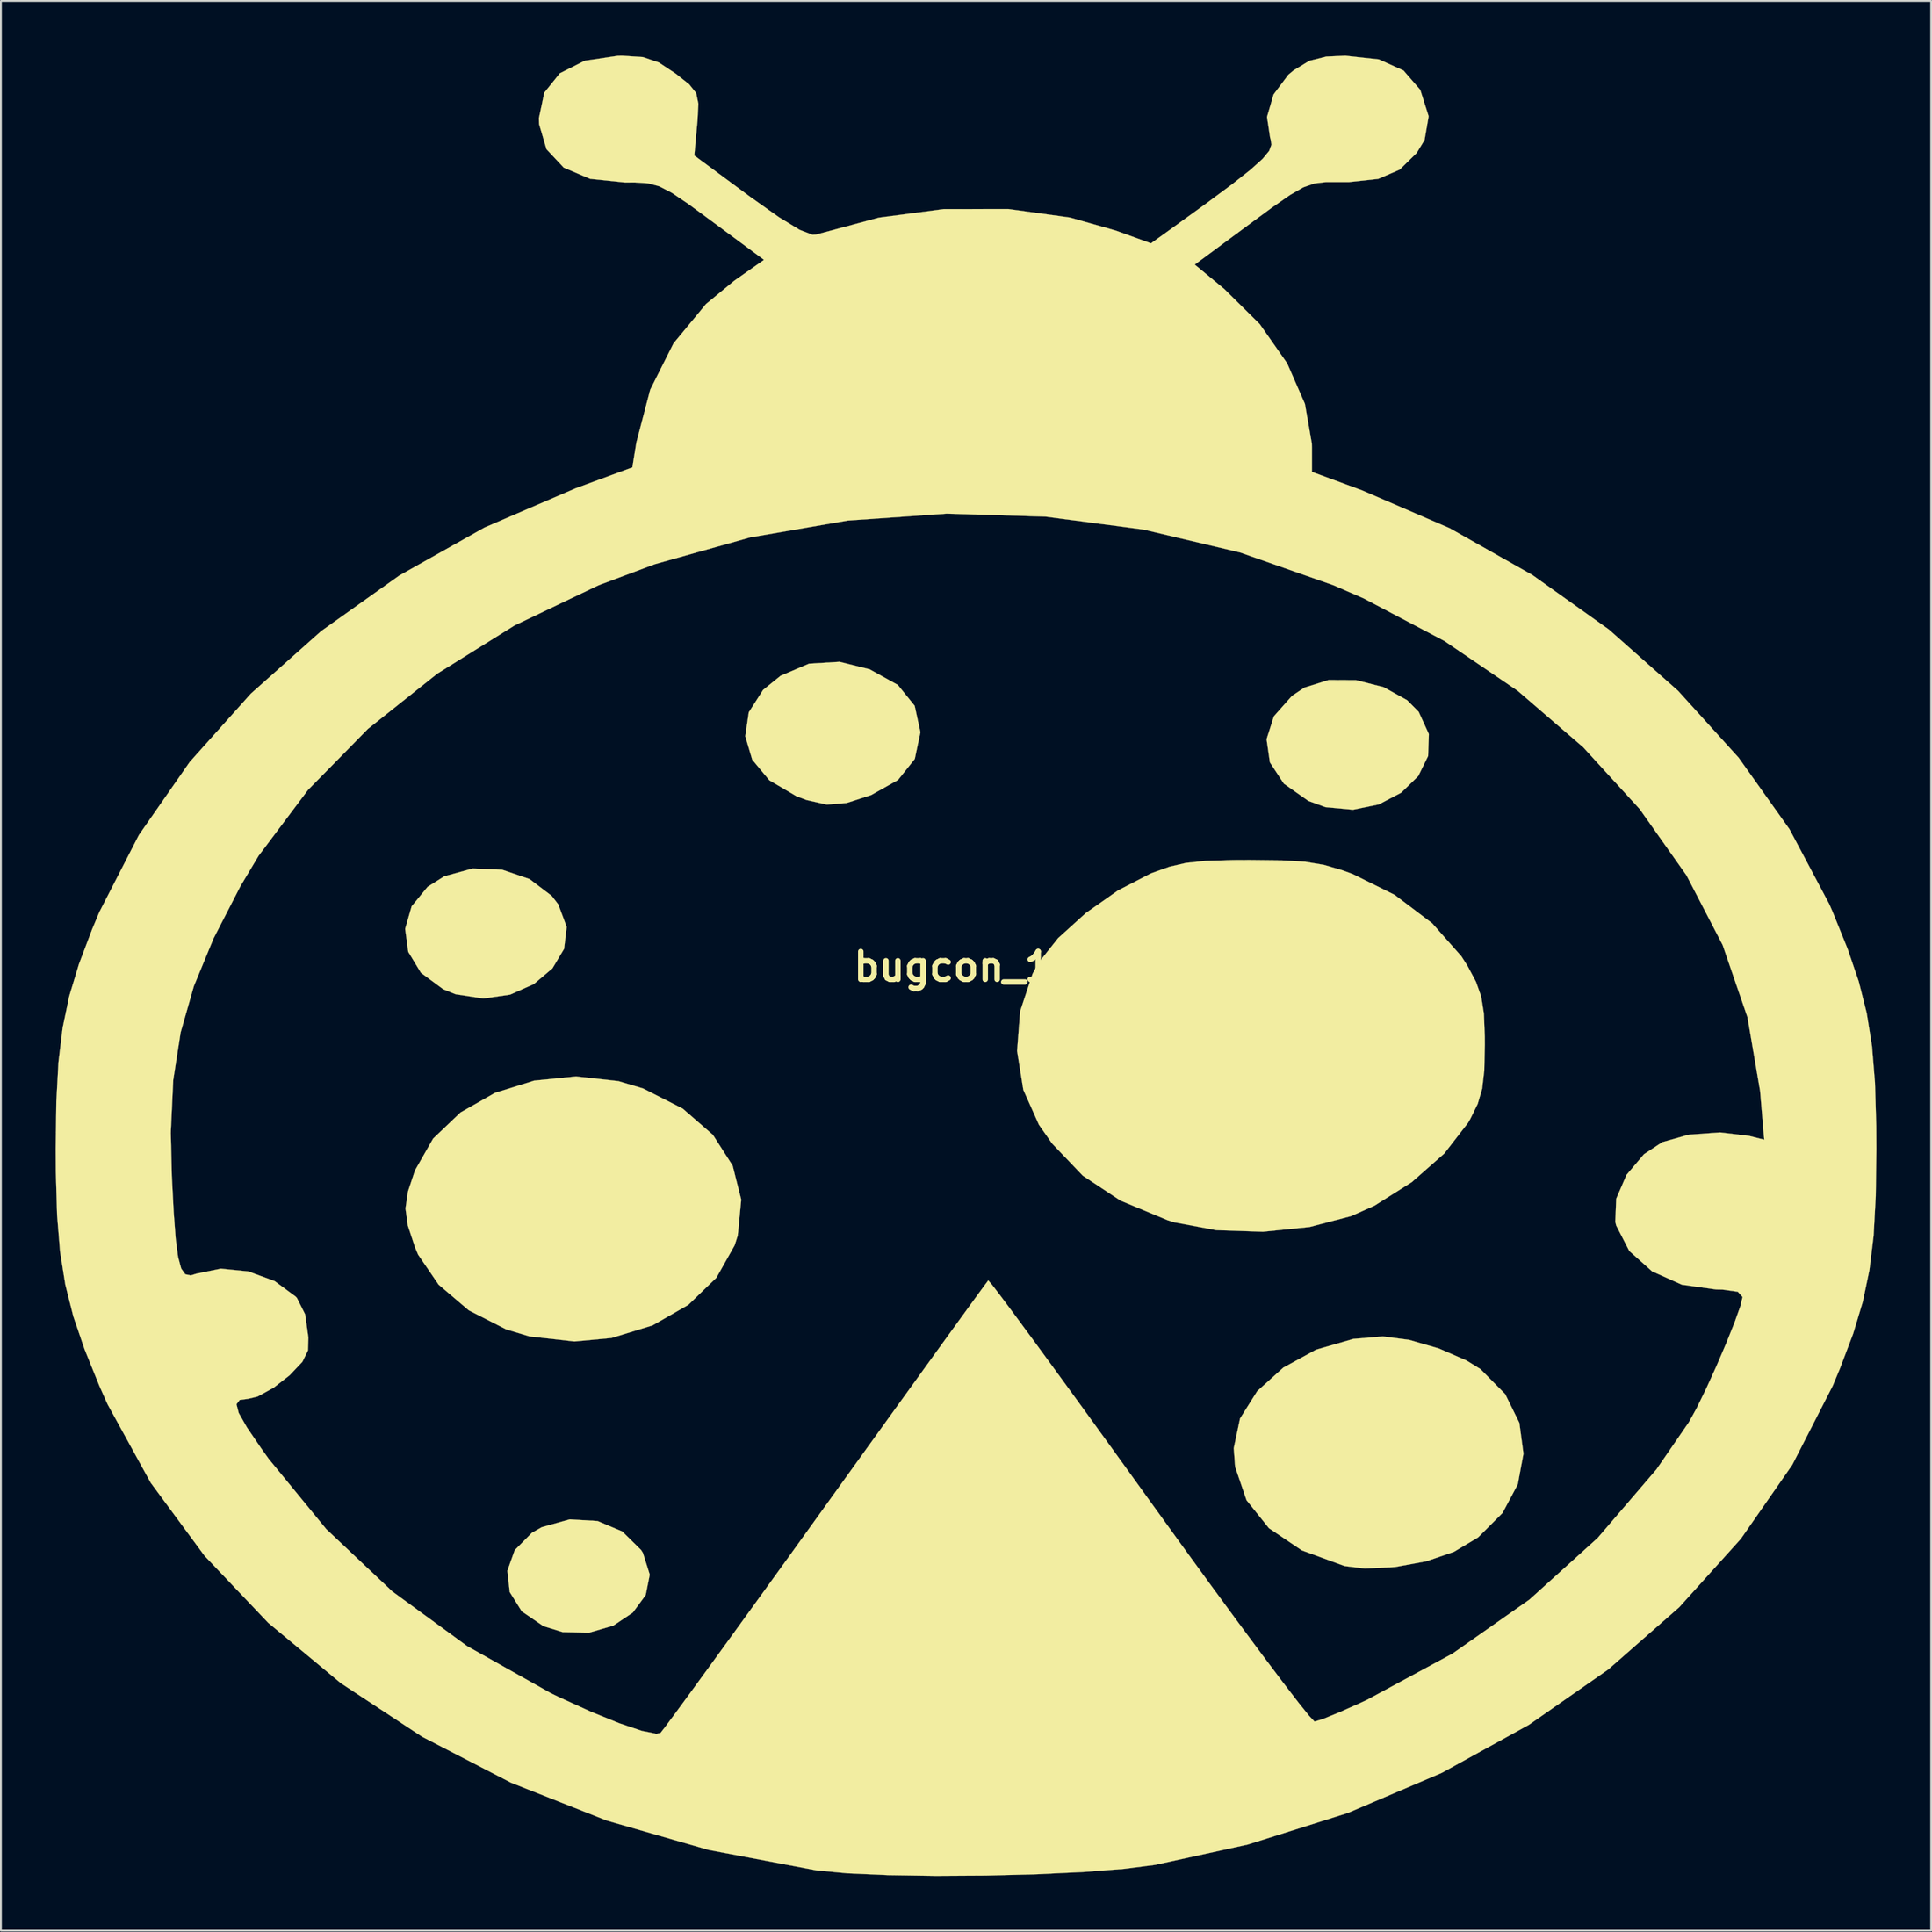
<source format=kicad_pcb>
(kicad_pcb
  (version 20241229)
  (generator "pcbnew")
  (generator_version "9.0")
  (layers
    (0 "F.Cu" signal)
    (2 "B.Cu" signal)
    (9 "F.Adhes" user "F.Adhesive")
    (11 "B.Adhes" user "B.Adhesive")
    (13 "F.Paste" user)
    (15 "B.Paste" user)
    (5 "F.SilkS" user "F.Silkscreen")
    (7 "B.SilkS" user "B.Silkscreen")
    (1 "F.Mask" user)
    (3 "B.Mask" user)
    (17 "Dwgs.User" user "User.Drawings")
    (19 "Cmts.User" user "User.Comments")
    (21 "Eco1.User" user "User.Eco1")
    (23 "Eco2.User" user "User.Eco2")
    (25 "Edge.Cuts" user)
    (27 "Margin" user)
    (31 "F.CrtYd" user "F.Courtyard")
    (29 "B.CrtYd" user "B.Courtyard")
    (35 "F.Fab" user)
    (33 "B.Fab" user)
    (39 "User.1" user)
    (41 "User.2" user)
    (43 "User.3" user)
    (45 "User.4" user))
  (footprint "bugcon_10"
    (layer "F.Cu")
    (at 49.911 49.949)
    (property "Reference" "bugcon_10" (at 0 0 0) (layer "F.SilkS") (effects (font (size 1.524 1.524) (thickness 0.3))))
    (attr through_hole)
    (fp_poly (pts (xy -20.201 30.389) (xy -18.847 30.962) (xy -17.815 31.977) (xy -17.715 32.135) (xy -17.34 33.327) (xy -17.563 34.446) (xy -18.269 35.407) (xy -19.34 36.122) (xy -20.661 36.507) (xy -22.114 36.476) (xy -23.167 36.152) (xy -24.355 35.339) (xy -25.016 34.28) (xy -25.145 33.116) (xy -24.742 31.988) (xy -23.803 31.036) (xy -23.26 30.728) (xy -21.723 30.298) (xy -20.201 30.389)) (stroke (width 0.01) (type solid)) (fill yes) (layer "F.SilkS"))
    (fp_poly (pts (xy -25.432 -5.319) (xy -23.927 -4.804) (xy -22.713 -3.882) (xy -22.354 -3.416) (xy -21.893 -2.177) (xy -22.036 -0.983) (xy -22.674 0.087) (xy -23.698 0.952) (xy -24.998 1.531) (xy -26.464 1.742) (xy -27.988 1.507) (xy -28.665 1.232) (xy -29.885 0.329) (xy -30.579 -0.82) (xy -30.748 -2.078) (xy -30.393 -3.311) (xy -29.517 -4.381) (xy -28.605 -4.956) (xy -27.05 -5.384) (xy -25.432 -5.319)) (stroke (width 0.01) (type solid)) (fill yes) (layer "F.SilkS"))
    (fp_poly (pts (xy 21.388 -15.709) (xy 22.897 -15.325) (xy 24.185 -14.609) (xy 24.815 -13.973) (xy 25.373 -12.752) (xy 25.331 -11.551) (xy 24.791 -10.454) (xy 23.857 -9.543) (xy 22.63 -8.9) (xy 21.212 -8.608) (xy 19.706 -8.749) (xy 18.766 -9.093) (xy 17.425 -10.037) (xy 16.66 -11.203) (xy 16.477 -12.473) (xy 16.878 -13.728) (xy 17.87 -14.848) (xy 18.554 -15.302) (xy 19.871 -15.716) (xy 21.388 -15.709)) (stroke (width 0.01) (type solid)) (fill yes) (layer "F.SilkS"))
    (fp_poly (pts (xy -5.281 -16.303) (xy -3.74 -15.448) (xy -2.817 -14.306) (xy -2.504 -12.869) (xy -2.504 -12.843) (xy -2.811 -11.392) (xy -3.729 -10.24) (xy -5.203 -9.412) (xy -6.549 -8.977) (xy -7.631 -8.889) (xy -8.75 -9.143) (xy -9.294 -9.347) (xy -10.78 -10.22) (xy -11.721 -11.355) (xy -12.103 -12.637) (xy -11.91 -13.948) (xy -11.126 -15.173) (xy -10.167 -15.949) (xy -8.604 -16.615) (xy -6.933 -16.716) (xy -5.281 -16.303)) (stroke (width 0.01) (type solid)) (fill yes) (layer "F.SilkS"))
    (fp_poly (pts (xy 24.291 20.456) (xy 25.928 20.932) (xy 27.444 21.592) (xy 28.207 22.064) (xy 29.556 23.428) (xy 30.335 25.009) (xy 30.56 26.696) (xy 30.247 28.378) (xy 29.412 29.944) (xy 28.073 31.285) (xy 26.75 32.074) (xy 25.245 32.591) (xy 23.518 32.91) (xy 21.861 32.992) (xy 20.747 32.853) (xy 18.406 31.993) (xy 16.606 30.779) (xy 15.378 29.244) (xy 14.754 27.419) (xy 14.677 26.399) (xy 15.023 24.767) (xy 15.967 23.265) (xy 17.394 21.979) (xy 19.188 20.997) (xy 21.233 20.405) (xy 22.851 20.269) (xy 24.291 20.456)) (stroke (width 0.01) (type solid)) (fill yes) (layer "F.SilkS"))
    (fp_poly (pts (xy -19.056 6.272) (xy -17.708 6.675) (xy -15.533 7.78) (xy -13.88 9.215) (xy -12.797 10.903) (xy -12.326 12.767) (xy -12.514 14.729) (xy -12.685 15.27) (xy -13.686 17.048) (xy -15.226 18.536) (xy -17.184 19.661) (xy -19.439 20.352) (xy -21.465 20.543) (xy -23.937 20.264) (xy -25.221 19.877) (xy -27.261 18.836) (xy -28.915 17.427) (xy -30.039 15.781) (xy -30.209 15.376) (xy -30.603 14.183) (xy -30.73 13.252) (xy -30.591 12.315) (xy -30.209 11.165) (xy -29.214 9.421) (xy -27.714 7.991) (xy -25.828 6.918) (xy -23.676 6.245) (xy -21.379 6.015) (xy -19.056 6.272)) (stroke (width 0.01) (type solid)) (fill yes) (layer "F.SilkS"))
    (fp_poly (pts (xy 17.323 -5.831) (xy 18.598 -5.753) (xy 19.616 -5.584) (xy 20.606 -5.295) (xy 21.177 -5.089) (xy 23.497 -3.939) (xy 25.557 -2.38) (xy 27.157 -0.57) (xy 27.486 -0.056) (xy 27.956 0.825) (xy 28.243 1.636) (xy 28.39 2.57) (xy 28.439 3.823) (xy 28.441 4.281) (xy 28.412 5.672) (xy 28.296 6.686) (xy 28.053 7.514) (xy 27.641 8.349) (xy 27.517 8.562) (xy 26.22 10.238) (xy 24.438 11.808) (xy 22.394 13.097) (xy 21.108 13.671) (xy 18.83 14.269) (xy 16.279 14.528) (xy 13.718 14.443) (xy 11.409 14.009) (xy 11.062 13.9) (xy 8.465 12.819) (xy 6.401 11.454) (xy 4.722 9.697) (xy 3.997 8.661) (xy 3.143 6.752) (xy 2.8 4.62) (xy 2.968 2.44) (xy 3.649 0.387) (xy 3.976 -0.216) (xy 5.048 -1.567) (xy 6.572 -2.946) (xy 8.331 -4.181) (xy 10.107 -5.101) (xy 10.196 -5.137) (xy 11.146 -5.478) (xy 12.062 -5.691) (xy 13.158 -5.804) (xy 14.652 -5.847) (xy 15.562 -5.851) (xy 17.323 -5.831)) (stroke (width 0.01) (type solid)) (fill yes) (layer "F.SilkS"))
    (fp_poly (pts (xy 22.633 -49.743) (xy 23.983 -49.132) (xy 24.883 -48.095) (xy 24.912 -48.04) (xy 25.362 -46.622) (xy 25.136 -45.325) (xy 24.702 -44.611) (xy 23.772 -43.7) (xy 22.595 -43.192) (xy 20.997 -43.018) (xy 20.528 -43.018) (xy 19.73 -43.018) (xy 19.098 -42.943) (xy 18.489 -42.729) (xy 17.762 -42.31) (xy 16.774 -41.622) (xy 15.617 -40.771) (xy 12.538 -38.494) (xy 14.156 -37.155) (xy 16.104 -35.227) (xy 17.603 -33.084) (xy 18.578 -30.857) (xy 18.958 -28.678) (xy 18.961 -28.496) (xy 18.961 -27.13) (xy 21.711 -26.116) (xy 26.515 -24.04) (xy 31.048 -21.476) (xy 35.244 -18.485) (xy 39.036 -15.125) (xy 42.358 -11.456) (xy 45.144 -7.538) (xy 47.326 -3.43) (xy 47.514 -2.997) (xy 48.328 -0.985) (xy 48.941 0.813) (xy 49.377 2.54) (xy 49.665 4.34) (xy 49.83 6.355) (xy 49.899 8.73) (xy 49.906 9.989) (xy 49.872 12.578) (xy 49.755 14.742) (xy 49.527 16.624) (xy 49.163 18.366) (xy 48.635 20.113) (xy 47.917 22.008) (xy 47.514 22.974) (xy 45.297 27.306) (xy 42.477 31.363) (xy 39.101 35.111) (xy 35.214 38.52) (xy 30.86 41.558) (xy 26.084 44.192) (xy 20.932 46.391) (xy 15.448 48.123) (xy 10.375 49.237) (xy 8.681 49.456) (xy 6.451 49.629) (xy 3.864 49.753) (xy 1.096 49.825) (xy -1.674 49.842) (xy -4.268 49.801) (xy -6.509 49.701) (xy -8.219 49.537) (xy -8.228 49.535) (xy -14.113 48.419) (xy -19.699 46.808) (xy -24.948 44.731) (xy -29.817 42.213) (xy -34.267 39.282) (xy -38.257 35.967) (xy -41.747 32.293) (xy -44.697 28.29) (xy -47.065 23.982) (xy -47.514 22.974) (xy -48.328 20.962) (xy -48.941 19.165) (xy -49.377 17.438) (xy -49.665 15.638) (xy -49.83 13.623) (xy -49.899 11.248) (xy -49.906 9.989) (xy -49.894 9.079) (xy -43.598 9.079) (xy -43.541 11.482) (xy -43.44 13.446) (xy -43.331 14.902) (xy -43.199 15.914) (xy -43.028 16.546) (xy -42.802 16.862) (xy -42.505 16.924) (xy -42.198 16.831) (xy -40.851 16.554) (xy -39.346 16.706) (xy -37.906 17.234) (xy -36.756 18.082) (xy -36.682 18.163) (xy -36.232 19.061) (xy -36.055 20.331) (xy -36.078 21.038) (xy -36.384 21.658) (xy -37.081 22.394) (xy -37.967 23.083) (xy -38.841 23.563) (xy -39.364 23.688) (xy -39.82 23.75) (xy -39.998 23.985) (xy -39.875 24.462) (xy -39.425 25.254) (xy -38.625 26.429) (xy -38.23 26.982) (xy -35.077 30.83) (xy -31.454 34.249) (xy -27.353 37.245) (xy -22.766 39.825) (xy -22.322 40.041) (xy -20.546 40.851) (xy -18.994 41.481) (xy -17.771 41.894) (xy -16.98 42.053) (xy -16.754 42.01) (xy -16.533 41.73) (xy -15.993 41.003) (xy -15.167 39.876) (xy -14.091 38.398) (xy -12.8 36.618) (xy -11.329 34.583) (xy -9.712 32.342) (xy -7.985 29.942) (xy -7.701 29.546) (xy -5.964 27.131) (xy -4.337 24.87) (xy -2.853 22.811) (xy -1.547 21.001) (xy -0.453 19.488) (xy 0.394 18.32) (xy 0.96 17.544) (xy 1.21 17.208) (xy 1.219 17.198) (xy 1.412 17.42) (xy 1.926 18.092) (xy 2.725 19.165) (xy 3.776 20.593) (xy 5.044 22.329) (xy 6.495 24.325) (xy 8.094 26.536) (xy 9.806 28.913) (xy 10.047 29.247) (xy 11.779 31.648) (xy 13.411 33.892) (xy 14.906 35.93) (xy 16.23 37.715) (xy 17.347 39.2) (xy 18.221 40.337) (xy 18.817 41.079) (xy 19.1 41.378) (xy 19.112 41.382) (xy 19.562 41.245) (xy 20.453 40.882) (xy 21.618 40.362) (xy 21.981 40.193) (xy 26.666 37.66) (xy 30.888 34.696) (xy 34.624 31.321) (xy 37.854 27.554) (xy 39.628 24.972) (xy 40.052 24.207) (xy 40.575 23.137) (xy 41.137 21.902) (xy 41.677 20.641) (xy 42.136 19.495) (xy 42.455 18.602) (xy 42.572 18.106) (xy 42.311 17.817) (xy 41.47 17.7) (xy 41.123 17.694) (xy 39.24 17.429) (xy 37.608 16.696) (xy 36.364 15.584) (xy 35.644 14.185) (xy 35.596 13.986) (xy 35.646 12.719) (xy 36.21 11.413) (xy 37.167 10.28) (xy 38.171 9.619) (xy 39.621 9.209) (xy 41.332 9.085) (xy 42.927 9.275) (xy 42.932 9.276) (xy 43.759 9.485) (xy 43.534 6.812) (xy 42.842 2.769) (xy 41.481 -1.19) (xy 39.496 -5.013) (xy 36.932 -8.645) (xy 33.835 -12.033) (xy 30.249 -15.124) (xy 26.22 -17.864) (xy 21.793 -20.198) (xy 20.148 -20.914) (xy 15.024 -22.712) (xy 9.742 -23.966) (xy 4.359 -24.676) (xy -1.07 -24.841) (xy -6.488 -24.461) (xy -11.839 -23.537) (xy -17.065 -22.069) (xy -20.148 -20.914) (xy -24.754 -18.71) (xy -28.991 -16.066) (xy -32.789 -13.04) (xy -36.078 -9.691) (xy -38.788 -6.078) (xy -39.78 -4.418) (xy -41.254 -1.552) (xy -42.333 1.063) (xy -43.057 3.594) (xy -43.465 6.21) (xy -43.598 9.079) (xy -49.894 9.079) (xy -49.872 7.4) (xy -49.755 5.236) (xy -49.527 3.354) (xy -49.163 1.612) (xy -48.635 -0.135) (xy -47.918 -2.031) (xy -47.514 -2.997) (xy -45.347 -7.216) (xy -42.559 -11.225) (xy -39.21 -14.968) (xy -35.359 -18.394) (xy -31.067 -21.448) (xy -26.394 -24.078) (xy -21.399 -26.23) (xy -21.378 -26.238) (xy -18.293 -27.375) (xy -18.072 -28.742) (xy -17.313 -31.636) (xy -16.035 -34.175) (xy -14.253 -36.332) (xy -12.697 -37.614) (xy -11.075 -38.753) (xy -13.951 -40.884) (xy -15.223 -41.818) (xy -16.126 -42.428) (xy -16.81 -42.783) (xy -17.429 -42.951) (xy -18.135 -42.998) (xy -18.698 -42.997) (xy -20.609 -43.195) (xy -22.055 -43.811) (xy -22.999 -44.818) (xy -23.403 -46.188) (xy -23.416 -46.519) (xy -23.12 -47.919) (xy -22.267 -48.981) (xy -20.905 -49.668) (xy -19.086 -49.941) (xy -18.841 -49.944) (xy -17.714 -49.87) (xy -16.839 -49.57) (xy -15.902 -48.95) (xy -15.175 -48.372) (xy -14.796 -47.897) (xy -14.675 -47.313) (xy -14.721 -46.407) (xy -14.739 -46.214) (xy -14.897 -44.473) (xy -11.836 -42.209) (xy -10.26 -41.092) (xy -9.127 -40.4) (xy -8.419 -40.125) (xy -8.233 -40.134) (xy -4.779 -41.066) (xy -1.217 -41.535) (xy 2.32 -41.538) (xy 5.695 -41.073) (xy 8.2 -40.36) (xy 10.139 -39.657) (xy 11.24 -40.448) (xy 13.152 -41.831) (xy 14.586 -42.895) (xy 15.601 -43.696) (xy 16.259 -44.289) (xy 16.621 -44.729) (xy 16.747 -45.074) (xy 16.698 -45.378) (xy 16.675 -45.433) (xy 16.501 -46.588) (xy 16.859 -47.819) (xy 17.671 -48.902) (xy 17.953 -49.136) (xy 18.818 -49.663) (xy 19.753 -49.898) (xy 20.8 -49.944) (xy 22.633 -49.743)) (stroke (width 0.01) (type solid)) (fill yes) (layer "F.SilkS")))
  (gr_rect
    (start -3 -3)
    (end 102.821 102.796)
    (stroke (width 0.1) (type default))
    (fill no)
    (layer "Edge.Cuts")))
</source>
